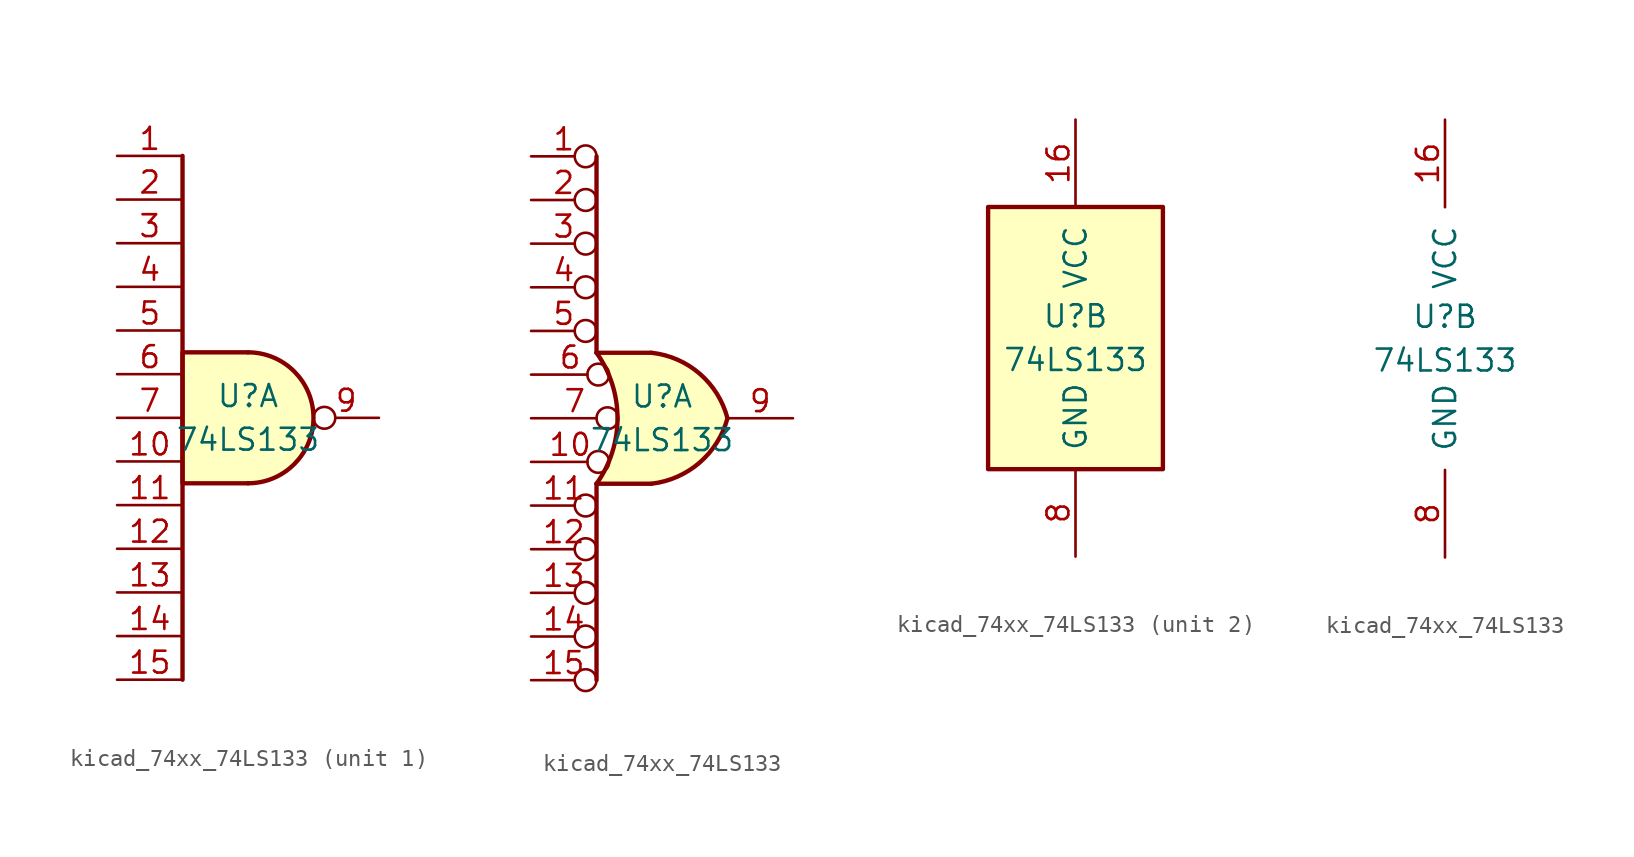
<source format=kicad_sym>
(kicad_symbol_lib
  (version 20220914)
  (generator kicad_symbol_editor)
  (symbol "kicad_74xx_74LS133"
    (pin_names
      (offset 1.016))
    (property "Reference" "U"
      (at 0 1.27 0)
      (effects (font (size 1.27 1.27))))
    (property "Value" "74LS133"
      (at 0 -1.27 0)
      (effects (font (size 1.27 1.27))))
    (property "ki_locked" ""
      (at 0 0 0)
      (effects (font (size 1.27 1.27))))
    (symbol "kicad_74xx_74LS133_1_1"
      (arc (start 0 -3.81) (mid 3.7934 0) (end 0 3.81) (stroke (width 0.254) (type default)) (fill (type background)))
      (polyline (pts (xy -3.81 15.24) (xy -3.81 -15.24)) (stroke (width 0.254) (type default)) (fill (type none)))
      (polyline (pts (xy 0 3.81) (xy -3.81 3.81) (xy -3.81 -3.81) (xy 0 -3.81)) (stroke (width 0.254) (type default)) (fill (type background)))
      (pin input line (at -7.62 15.24 0) (length 3.81) (name "~" (effects (font (size 1.27 1.27)))) (number "1" (effects (font (size 1.27 1.27)))))
      (pin input line (at -7.62 -2.54 0) (length 3.81) (name "~" (effects (font (size 1.27 1.27)))) (number "10" (effects (font (size 1.27 1.27)))))
      (pin input line (at -7.62 -5.08 0) (length 3.81) (name "~" (effects (font (size 1.27 1.27)))) (number "11" (effects (font (size 1.27 1.27)))))
      (pin input line (at -7.62 -7.62 0) (length 3.81) (name "~" (effects (font (size 1.27 1.27)))) (number "12" (effects (font (size 1.27 1.27)))))
      (pin input line (at -7.62 -10.16 0) (length 3.81) (name "~" (effects (font (size 1.27 1.27)))) (number "13" (effects (font (size 1.27 1.27)))))
      (pin input line (at -7.62 -12.7 0) (length 3.81) (name "~" (effects (font (size 1.27 1.27)))) (number "14" (effects (font (size 1.27 1.27)))))
      (pin input line (at -7.62 -15.24 0) (length 3.81) (name "~" (effects (font (size 1.27 1.27)))) (number "15" (effects (font (size 1.27 1.27)))))
      (pin input line (at -7.62 12.7 0) (length 3.81) (name "~" (effects (font (size 1.27 1.27)))) (number "2" (effects (font (size 1.27 1.27)))))
      (pin input line (at -7.62 10.16 0) (length 3.81) (name "~" (effects (font (size 1.27 1.27)))) (number "3" (effects (font (size 1.27 1.27)))))
      (pin input line (at -7.62 7.62 0) (length 3.81) (name "~" (effects (font (size 1.27 1.27)))) (number "4" (effects (font (size 1.27 1.27)))))
      (pin input line (at -7.62 5.08 0) (length 3.81) (name "~" (effects (font (size 1.27 1.27)))) (number "5" (effects (font (size 1.27 1.27)))))
      (pin input line (at -7.62 2.54 0) (length 3.81) (name "~" (effects (font (size 1.27 1.27)))) (number "6" (effects (font (size 1.27 1.27)))))
      (pin input line (at -7.62 0 0) (length 3.81) (name "~" (effects (font (size 1.27 1.27)))) (number "7" (effects (font (size 1.27 1.27)))))
      (pin output inverted (at 7.62 0 180) (length 3.81) (name "~" (effects (font (size 1.27 1.27)))) (number "9" (effects (font (size 1.27 1.27))))))
    (symbol "kicad_74xx_74LS133_1_2"
      (arc (start -3.81 -3.81) (mid -2.589 0) (end -3.81 3.81) (stroke (width 0.254) (type default)) (fill (type none)))
      (arc (start -0.6096 -3.81) (mid 2.1842 -2.5851) (end 3.81 0) (stroke (width 0.254) (type default)) (fill (type background)))
      (polyline (pts (xy -3.81 -3.81) (xy -3.81 -15.24)) (stroke (width 0.254) (type default)) (fill (type none)))
      (polyline (pts (xy -3.81 -3.81) (xy -0.635 -3.81)) (stroke (width 0.254) (type default)) (fill (type background)))
      (polyline (pts (xy -3.81 3.81) (xy -0.635 3.81)) (stroke (width 0.254) (type default)) (fill (type background)))
      (polyline (pts (xy -3.81 15.24) (xy -3.81 3.81)) (stroke (width 0.254) (type default)) (fill (type none)))
      (polyline (pts (xy -0.635 3.81) (xy -3.81 3.81) (xy -3.81 3.81) (xy -3.556 3.404) (xy -3.023 2.261) (xy -2.692 1.041) (xy -2.616 -0.254) (xy -2.769 -1.499) (xy -3.175 -2.718) (xy -3.81 -3.81) (xy -3.81 -3.81) (xy -0.635 -3.81)) (stroke (width -25.4) (type default)) (fill (type background)))
      (arc (start 3.81 0) (mid 2.1915 2.5936) (end -0.6096 3.81) (stroke (width 0.254) (type default)) (fill (type background)))
      (pin input inverted (at -7.62 15.24 0) (length 3.81) (name "~" (effects (font (size 1.27 1.27)))) (number "1" (effects (font (size 1.27 1.27)))))
      (pin input inverted (at -7.62 -2.54 0) (length 4.547) (name "~" (effects (font (size 1.27 1.27)))) (number "10" (effects (font (size 1.27 1.27)))))
      (pin input inverted (at -7.62 -5.08 0) (length 3.81) (name "~" (effects (font (size 1.27 1.27)))) (number "11" (effects (font (size 1.27 1.27)))))
      (pin input inverted (at -7.62 -7.62 0) (length 3.81) (name "~" (effects (font (size 1.27 1.27)))) (number "12" (effects (font (size 1.27 1.27)))))
      (pin input inverted (at -7.62 -10.16 0) (length 3.81) (name "~" (effects (font (size 1.27 1.27)))) (number "13" (effects (font (size 1.27 1.27)))))
      (pin input inverted (at -7.62 -12.7 0) (length 3.81) (name "~" (effects (font (size 1.27 1.27)))) (number "14" (effects (font (size 1.27 1.27)))))
      (pin input inverted (at -7.62 -15.24 0) (length 3.81) (name "~" (effects (font (size 1.27 1.27)))) (number "15" (effects (font (size 1.27 1.27)))))
      (pin input inverted (at -7.62 12.7 0) (length 3.81) (name "~" (effects (font (size 1.27 1.27)))) (number "2" (effects (font (size 1.27 1.27)))))
      (pin input inverted (at -7.62 10.16 0) (length 3.81) (name "~" (effects (font (size 1.27 1.27)))) (number "3" (effects (font (size 1.27 1.27)))))
      (pin input inverted (at -7.62 7.62 0) (length 3.81) (name "~" (effects (font (size 1.27 1.27)))) (number "4" (effects (font (size 1.27 1.27)))))
      (pin input inverted (at -7.62 5.08 0) (length 3.81) (name "~" (effects (font (size 1.27 1.27)))) (number "5" (effects (font (size 1.27 1.27)))))
      (pin input inverted (at -7.62 2.54 0) (length 4.547) (name "~" (effects (font (size 1.27 1.27)))) (number "6" (effects (font (size 1.27 1.27)))))
      (pin input inverted (at -7.62 0 0) (length 5.08) (name "~" (effects (font (size 1.27 1.27)))) (number "7" (effects (font (size 1.27 1.27)))))
      (pin output line (at 7.62 0 180) (length 3.81) (name "~" (effects (font (size 1.27 1.27)))) (number "9" (effects (font (size 1.27 1.27))))))
    (symbol "kicad_74xx_74LS133_2_0"
      (pin power_in line (at 0 12.7 270) (length 5.08) (name "VCC" (effects (font (size 1.27 1.27)))) (number "16" (effects (font (size 1.27 1.27)))))
      (pin power_in line (at 0 -12.7 90) (length 5.08) (name "GND" (effects (font (size 1.27 1.27)))) (number "8" (effects (font (size 1.27 1.27))))))
    (symbol "kicad_74xx_74LS133_2_1"
      (rectangle (start -5.08 7.62) (end 5.08 -7.62) (stroke (width 0.254) (type default)) (fill (type background))))))
</source>
